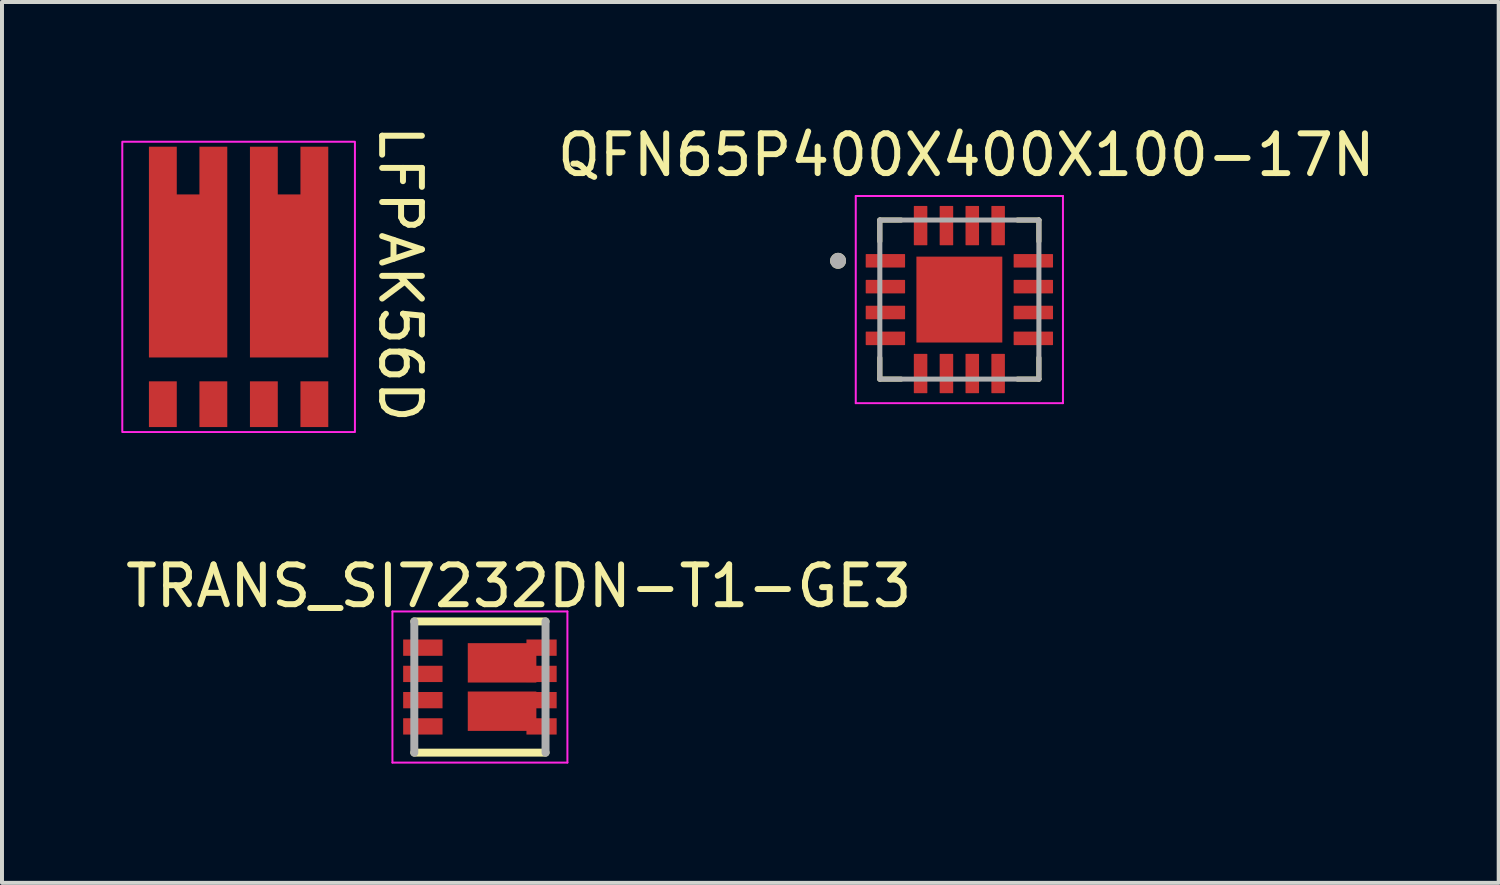
<source format=kicad_pcb>
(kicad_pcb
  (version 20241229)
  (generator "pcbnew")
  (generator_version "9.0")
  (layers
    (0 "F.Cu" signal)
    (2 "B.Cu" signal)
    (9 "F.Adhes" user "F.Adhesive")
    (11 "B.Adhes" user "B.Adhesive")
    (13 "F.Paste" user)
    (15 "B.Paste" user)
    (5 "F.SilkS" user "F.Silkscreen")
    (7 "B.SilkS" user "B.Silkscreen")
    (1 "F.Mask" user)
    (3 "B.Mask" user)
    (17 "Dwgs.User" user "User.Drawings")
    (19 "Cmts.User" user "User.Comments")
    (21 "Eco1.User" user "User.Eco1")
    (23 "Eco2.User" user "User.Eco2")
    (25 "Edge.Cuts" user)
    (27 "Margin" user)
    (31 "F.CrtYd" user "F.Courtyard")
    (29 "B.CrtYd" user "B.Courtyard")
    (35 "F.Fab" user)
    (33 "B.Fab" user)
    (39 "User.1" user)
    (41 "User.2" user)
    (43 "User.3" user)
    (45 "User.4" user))
  (footprint "QFN65P400X400X100-17N"
    (layer "F.Cu")
    (at 21.074 4.483)
    (property "Reference" "QFN65P400X400X100-17N" (at 0.175 -3.635 0) (layer "F.SilkS") (effects (font (size 1 1) (thickness 0.15))))
    (attr smd)
    (fp_line (start -2 -2) (end -2 -1.465) (stroke (width 0.127) (type solid)) (layer "F.SilkS"))
    (fp_line (start -2 -2) (end -1.465 -2) (stroke (width 0.127) (type solid)) (layer "F.SilkS"))
    (fp_line (start -2 2) (end -2 1.465) (stroke (width 0.127) (type solid)) (layer "F.SilkS"))
    (fp_line (start -2 2) (end -1.465 2) (stroke (width 0.127) (type solid)) (layer "F.SilkS"))
    (fp_line (start 2 -2) (end 1.465 -2) (stroke (width 0.127) (type solid)) (layer "F.SilkS"))
    (fp_line (start 2 -2) (end 2 -1.465) (stroke (width 0.127) (type solid)) (layer "F.SilkS"))
    (fp_line (start 2 2) (end 1.465 2) (stroke (width 0.127) (type solid)) (layer "F.SilkS"))
    (fp_line (start 2 2) (end 2 1.465) (stroke (width 0.127) (type solid)) (layer "F.SilkS"))
    (fp_circle (center -3.05 -0.975) (end -2.95 -0.975) (stroke (width 0.2) (type solid)) (fill no) (layer "F.SilkS"))
    (fp_poly (pts (xy -0.68 -0.68) (xy 0.68 -0.68) (xy 0.68 0.68) (xy -0.68 0.68)) (stroke (width 0.01) (type solid)) (fill yes) (layer "F.Paste"))
    (fp_line (start -2.605 -2.605) (end 2.605 -2.605) (stroke (width 0.05) (type solid)) (layer "F.CrtYd"))
    (fp_line (start -2.605 2.605) (end -2.605 -2.605) (stroke (width 0.05) (type solid)) (layer "F.CrtYd"))
    (fp_line (start -2.605 2.605) (end 2.605 2.605) (stroke (width 0.05) (type solid)) (layer "F.CrtYd"))
    (fp_line (start 2.605 2.605) (end 2.605 -2.605) (stroke (width 0.05) (type solid)) (layer "F.CrtYd"))
    (fp_line (start -2 2) (end -2 -2) (stroke (width 0.127) (type solid)) (layer "F.Fab"))
    (fp_line (start 2 -2) (end -2 -2) (stroke (width 0.127) (type solid)) (layer "F.Fab"))
    (fp_line (start 2 2) (end -2 2) (stroke (width 0.127) (type solid)) (layer "F.Fab"))
    (fp_line (start 2 2) (end 2 -2) (stroke (width 0.127) (type solid)) (layer "F.Fab"))
    (fp_circle (center -3.05 -0.975) (end -2.95 -0.975) (stroke (width 0.2) (type solid)) (fill no) (layer "F.Fab"))
    (pad "1" smd roundrect (at -1.86 -0.975) (size 0.99 0.34) (layers "F.Cu" "F.Mask" "F.Paste") (roundrect_rratio 0.04))
    (pad "2" smd roundrect (at -1.86 -0.325) (size 0.99 0.34) (layers "F.Cu" "F.Mask" "F.Paste") (roundrect_rratio 0.04))
    (pad "3" smd roundrect (at -1.86 0.325) (size 0.99 0.34) (layers "F.Cu" "F.Mask" "F.Paste") (roundrect_rratio 0.04))
    (pad "4" smd roundrect (at -1.86 0.975) (size 0.99 0.34) (layers "F.Cu" "F.Mask" "F.Paste") (roundrect_rratio 0.04))
    (pad "5" smd roundrect (at -0.975 1.86 90) (size 0.99 0.34) (layers "F.Cu" "F.Mask" "F.Paste") (roundrect_rratio 0.04))
    (pad "6" smd roundrect (at -0.325 1.86 90) (size 0.99 0.34) (layers "F.Cu" "F.Mask" "F.Paste") (roundrect_rratio 0.04))
    (pad "7" smd roundrect (at 0.325 1.86 90) (size 0.99 0.34) (layers "F.Cu" "F.Mask" "F.Paste") (roundrect_rratio 0.04))
    (pad "8" smd roundrect (at 0.975 1.86 90) (size 0.99 0.34) (layers "F.Cu" "F.Mask" "F.Paste") (roundrect_rratio 0.04))
    (pad "9" smd roundrect (at 1.86 0.975) (size 0.99 0.34) (layers "F.Cu" "F.Mask" "F.Paste") (roundrect_rratio 0.04))
    (pad "10" smd roundrect (at 1.86 0.325) (size 0.99 0.34) (layers "F.Cu" "F.Mask" "F.Paste") (roundrect_rratio 0.04))
    (pad "11" smd roundrect (at 1.86 -0.325) (size 0.99 0.34) (layers "F.Cu" "F.Mask" "F.Paste") (roundrect_rratio 0.04))
    (pad "12" smd roundrect (at 1.86 -0.975) (size 0.99 0.34) (layers "F.Cu" "F.Mask" "F.Paste") (roundrect_rratio 0.04))
    (pad "13" smd roundrect (at 0.975 -1.86 90) (size 0.99 0.34) (layers "F.Cu" "F.Mask" "F.Paste") (roundrect_rratio 0.04))
    (pad "14" smd roundrect (at 0.325 -1.86 90) (size 0.99 0.34) (layers "F.Cu" "F.Mask" "F.Paste") (roundrect_rratio 0.04))
    (pad "15" smd roundrect (at -0.325 -1.86 90) (size 0.99 0.34) (layers "F.Cu" "F.Mask" "F.Paste") (roundrect_rratio 0.04))
    (pad "16" smd roundrect (at -0.975 -1.86 90) (size 0.99 0.34) (layers "F.Cu" "F.Mask" "F.Paste") (roundrect_rratio 0.04))
    (pad "17" smd rect (at 0 0) (size 2.16 2.16) (layers "F.Cu" "F.Mask"))
    (zone (net_name "") (layers "F.Cu" "B.Cu") (hatch full 0.508) (connect_pads) (min_thickness 0.01) (filled_areas_thickness no) (keepout (tracks allowed) (vias not_allowed) (pads allowed) (copperpour allowed) (footprints allowed)) (placement (enabled no)) (fill) (polygon (pts (xy 19.054 2.463) (xy 19.774 2.463) (xy 19.774 3.183) (xy 19.054 3.183)))))
  (footprint "TRANS_SI7232DN-T1-GE3"
    (layer "F.Cu")
    (at 9.018 14.226)
    (property "Reference" "TRANS_SI7232DN-T1-GE3" (at 0.976 -2.538 0) (layer "F.SilkS") (effects (font (size 1.001 1.001) (thickness 0.15))))
    (attr smd)
    (fp_line (start -1.65 -1.65) (end 1.65 -1.65) (stroke (width 0.2) (type solid)) (layer "F.SilkS"))
    (fp_line (start -1.65 1.65) (end 1.65 1.65) (stroke (width 0.2) (type solid)) (layer "F.SilkS"))
    (fp_line (start -2.2 -1.9) (end 2.2 -1.9) (stroke (width 0.05) (type solid)) (layer "F.CrtYd"))
    (fp_line (start -2.2 1.9) (end -2.2 -1.9) (stroke (width 0.05) (type solid)) (layer "F.CrtYd"))
    (fp_line (start 2.2 -1.9) (end 2.2 1.9) (stroke (width 0.05) (type solid)) (layer "F.CrtYd"))
    (fp_line (start 2.2 1.9) (end -2.2 1.9) (stroke (width 0.05) (type solid)) (layer "F.CrtYd"))
    (fp_line (start -1.65 -1.65) (end -1.65 1.65) (stroke (width 0.2) (type solid)) (layer "F.Fab"))
    (fp_line (start 1.65 -1.65) (end 1.65 1.65) (stroke (width 0.2) (type solid)) (layer "F.Fab"))
    (pad "1" smd rect (at -1.435 -0.99) (size 0.99 0.41) (layers "F.Cu" "F.Mask" "F.Paste"))
    (pad "2" smd rect (at -1.435 -0.33) (size 0.99 0.41) (layers "F.Cu" "F.Mask" "F.Paste"))
    (pad "3" smd rect (at -1.435 0.33) (size 0.99 0.41) (layers "F.Cu" "F.Mask" "F.Paste"))
    (pad "4" smd rect (at -1.435 0.99) (size 0.99 0.41) (layers "F.Cu" "F.Mask" "F.Paste"))
    (pad "5" smd rect (at 0.557 0.608) (size 1.725 0.99) (layers "F.Cu" "F.Mask" "F.Paste"))
    (pad "5" smd rect (at 1.55 0.33 180) (size 0.76 0.41) (layers "F.Cu" "F.Mask" "F.Paste"))
    (pad "5" smd rect (at 1.55 0.99 180) (size 0.76 0.41) (layers "F.Cu" "F.Mask" "F.Paste"))
    (pad "6" smd rect (at 0.557 -0.608) (size 1.725 0.99) (layers "F.Cu" "F.Mask" "F.Paste"))
    (pad "6" smd rect (at 1.55 -0.99 180) (size 0.76 0.41) (layers "F.Cu" "F.Mask" "F.Paste"))
    (pad "6" smd rect (at 1.55 -0.33 180) (size 0.76 0.41) (layers "F.Cu" "F.Mask" "F.Paste")))
  (footprint "LFPAK56D"
    (layer "F.Cu")
    (at 2.95 3.839)
    (property "Reference" "LFPAK56D" (at 4.064 0 270) (unlocked yes) (layer "F.SilkS") (effects (font (size 1 1) (thickness 0.15))))
    (attr smd)
    (fp_rect (start -2.23 -3.175) (end -1.58 -1.275) (stroke (width 0) (type solid)) (fill yes) (layer "F.Paste"))
    (fp_rect (start -1.82 0.075) (end -0.72 -0.925) (stroke (width 0) (type solid)) (fill yes) (layer "F.Paste"))
    (fp_rect (start -1.82 1.875) (end -0.72 0.875) (stroke (width 0) (type solid)) (fill yes) (layer "F.Paste"))
    (fp_rect (start -0.96 -3.175) (end -0.31 -1.275) (stroke (width 0) (type solid)) (fill yes) (layer "F.Paste"))
    (fp_rect (start 0.96 -3.175) (end 0.31 -1.275) (stroke (width 0) (type solid)) (fill yes) (layer "F.Paste"))
    (fp_rect (start 1.82 0.075) (end 0.72 -0.925) (stroke (width 0) (type solid)) (fill yes) (layer "F.Paste"))
    (fp_rect (start 1.82 1.875) (end 0.72 0.875) (stroke (width 0) (type solid)) (fill yes) (layer "F.Paste"))
    (fp_rect (start 2.23 -3.175) (end 1.58 -1.275) (stroke (width 0) (type solid)) (fill yes) (layer "F.Paste"))
    (fp_rect (start -2.925 -3.325) (end 2.925 3.975) (stroke (width 0.05) (type solid)) (fill no) (layer "F.CrtYd"))
    (pad "1" smd rect (at -1.905 3.275) (size 0.7 1.15) (layers "F.Cu" "F.Mask" "F.Paste"))
    (pad "2" smd rect (at -0.635 3.275 180) (size 0.7 1.15) (layers "F.Cu" "F.Mask" "F.Paste"))
    (pad "3" smd rect (at 0.635 3.275) (size 0.7 1.15) (layers "F.Cu" "F.Mask" "F.Paste"))
    (pad "4" smd rect (at 1.905 3.275) (size 0.7 1.15) (layers "F.Cu" "F.Mask" "F.Paste"))
    (pad "5" smd custom (at -1.271 -0.136) (size 0.7 1.2) (layers "F.Cu" "F.Mask") (options (anchor rect)) (primitives (gr_poly (pts (xy 0.286 -1.864) (xy -0.284 -1.864) (xy -0.284 -3.064) (xy -0.984 -3.064) (xy -0.984 2.236) (xy 0.986 2.236) (xy 0.986 -3.064) (xy 0.286 -3.064)) (width 0) (fill yes))))
    (pad "6" smd custom (at 1.298 -0.017) (size 0.7 1.2) (layers "F.Cu" "F.Mask") (options (anchor rect)) (primitives (gr_poly (pts (xy -1.013 2.117) (xy -1.013 -3.183) (xy -0.313 -3.183) (xy -0.313 -1.983) (xy 0.257 -1.983) (xy 0.257 -3.183) (xy 0.957 -3.183) (xy 0.957 2.117)) (width 0) (fill yes)))))
  (gr_rect
    (start -3 -3)
    (end 34.636 19.151)
    (stroke (width 0.1) (type default))
    (fill no)
    (layer "Edge.Cuts")))
</source>
